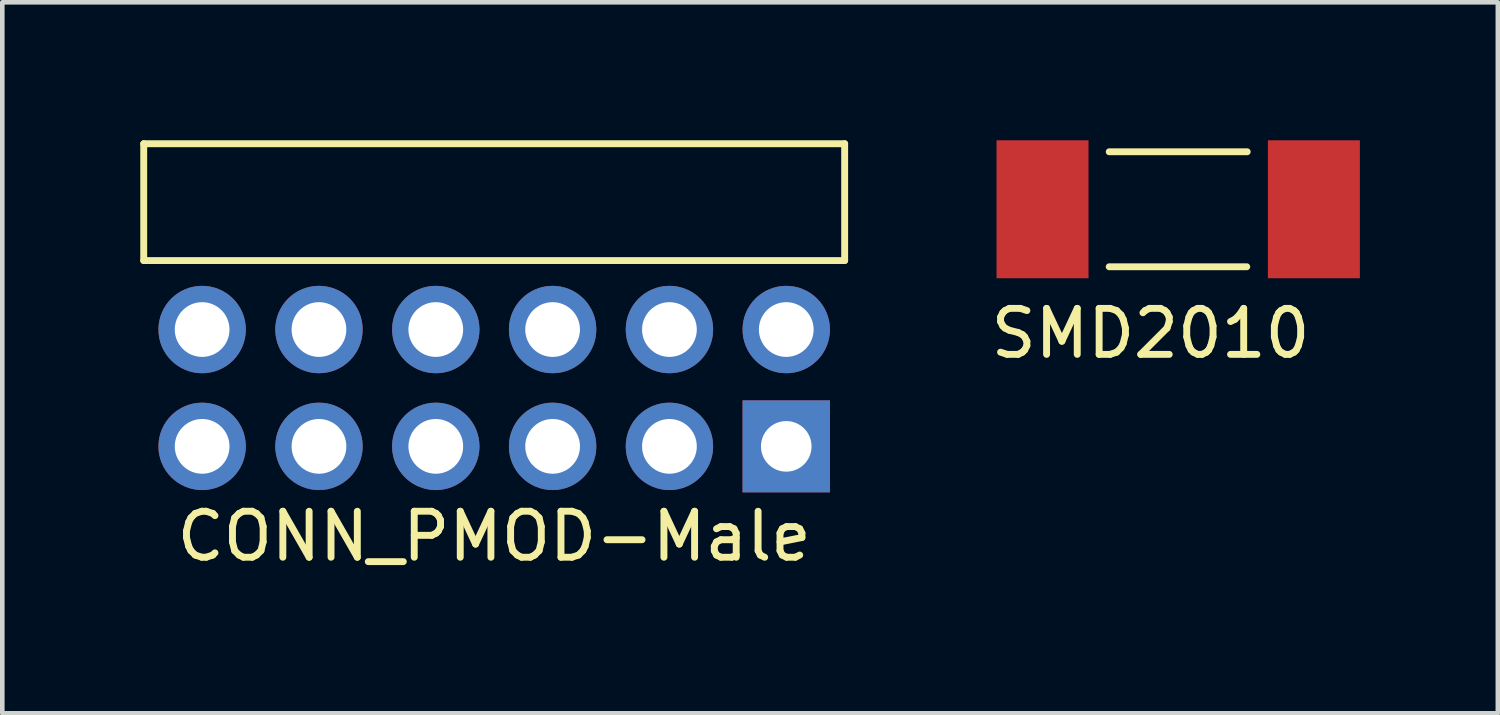
<source format=kicad_pcb>
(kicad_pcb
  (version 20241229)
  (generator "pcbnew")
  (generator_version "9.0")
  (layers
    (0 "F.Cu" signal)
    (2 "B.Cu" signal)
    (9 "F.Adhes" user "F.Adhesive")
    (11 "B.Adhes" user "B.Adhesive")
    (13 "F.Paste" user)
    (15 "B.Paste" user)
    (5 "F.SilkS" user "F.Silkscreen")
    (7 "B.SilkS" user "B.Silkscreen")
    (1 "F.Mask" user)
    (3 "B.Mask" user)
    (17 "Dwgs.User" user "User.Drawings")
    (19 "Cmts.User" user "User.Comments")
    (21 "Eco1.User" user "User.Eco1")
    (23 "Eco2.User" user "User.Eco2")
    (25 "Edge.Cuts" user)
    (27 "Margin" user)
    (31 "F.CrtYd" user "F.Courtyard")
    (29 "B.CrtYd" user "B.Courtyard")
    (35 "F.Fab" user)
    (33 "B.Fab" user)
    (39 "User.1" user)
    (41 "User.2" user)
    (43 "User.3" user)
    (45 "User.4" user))
  (footprint "SMD2010"
    (layer "F.Cu")
    (at 22.567 1.5)
    (property "Reference" "SMD2010" (at -0.6 2.7 0) (layer "F.SilkS") (effects (font (size 1 1) (thickness 0.15))))
    (attr through_hole)
    (fp_line (start -1.5 -1.25) (end 1.5 -1.25) (stroke (width 0.15) (type solid)) (layer "F.SilkS"))
    (fp_line (start -1.5 1.25) (end 1.49 1.25) (stroke (width 0.15) (type solid)) (layer "F.SilkS"))
    (pad "1" smd rect (at -2.95 0) (size 2 3) (layers "F.Cu" "F.Mask" "F.Paste"))
    (pad "2" smd rect (at 2.95 0) (size 2 3) (layers "F.Cu" "F.Mask" "F.Paste")))
  (footprint "CONN_PMOD-Male"
    (layer "F.Cu")
    (at 7.695 4.115)
    (property "Reference" "CONN_PMOD-Male" (at 0 4.496 0) (layer "F.SilkS") (effects (font (size 1 1) (thickness 0.15))))
    (attr through_hole)
    (fp_line (start -7.62 -1.5) (end -7.62 -4.04) (stroke (width 0.15) (type solid)) (layer "F.SilkS"))
    (fp_line (start -7.62 -1.5) (end 7.62 -1.5) (stroke (width 0.15) (type solid)) (layer "F.SilkS"))
    (fp_line (start 7.62 -4.04) (end -7.62 -4.04) (stroke (width 0.15) (type solid)) (layer "F.SilkS"))
    (fp_line (start 7.62 -1.5) (end 7.62 -4.04) (stroke (width 0.15) (type solid)) (layer "F.SilkS"))
    (pad "1" thru_hole rect (at 6.35 2.54) (size 1.9 2) (drill 1.1) (layers "*.Cu" "*.Mask"))
    (pad "2" thru_hole circle (at 3.81 2.54) (size 1.9 1.9) (drill 1.19) (layers "*.Cu" "*.Mask"))
    (pad "3" thru_hole circle (at 1.27 2.54) (size 1.9 1.9) (drill 1.19) (layers "*.Cu" "*.Mask"))
    (pad "4" thru_hole circle (at -1.27 2.54) (size 1.9 1.9) (drill 1.19) (layers "*.Cu" "*.Mask"))
    (pad "5" thru_hole circle (at -3.81 2.54) (size 1.9 1.9) (drill 1.19) (layers "*.Cu" "*.Mask"))
    (pad "6" thru_hole circle (at -6.35 2.54) (size 1.9 1.9) (drill 1.19) (layers "*.Cu" "*.Mask"))
    (pad "7" thru_hole circle (at 6.35 0) (size 1.9 1.9) (drill 1.19) (layers "*.Cu" "*.Mask"))
    (pad "8" thru_hole circle (at 3.81 0) (size 1.9 1.9) (drill 1.19) (layers "*.Cu" "*.Mask"))
    (pad "9" thru_hole circle (at 1.27 0) (size 1.9 1.9) (drill 1.19) (layers "*.Cu" "*.Mask"))
    (pad "10" thru_hole circle (at -1.27 0) (size 1.9 1.9) (drill 1.19) (layers "*.Cu" "*.Mask"))
    (pad "11" thru_hole circle (at -3.81 0) (size 1.9 1.9) (drill 1.19) (layers "*.Cu" "*.Mask"))
    (pad "12" thru_hole circle (at -6.35 0) (size 1.9 1.9) (drill 1.19) (layers "*.Cu" "*.Mask")))
  (gr_rect
    (start -3 -3)
    (end 29.517 12.459)
    (stroke (width 0.1) (type default))
    (fill no)
    (layer "Edge.Cuts")))
</source>
